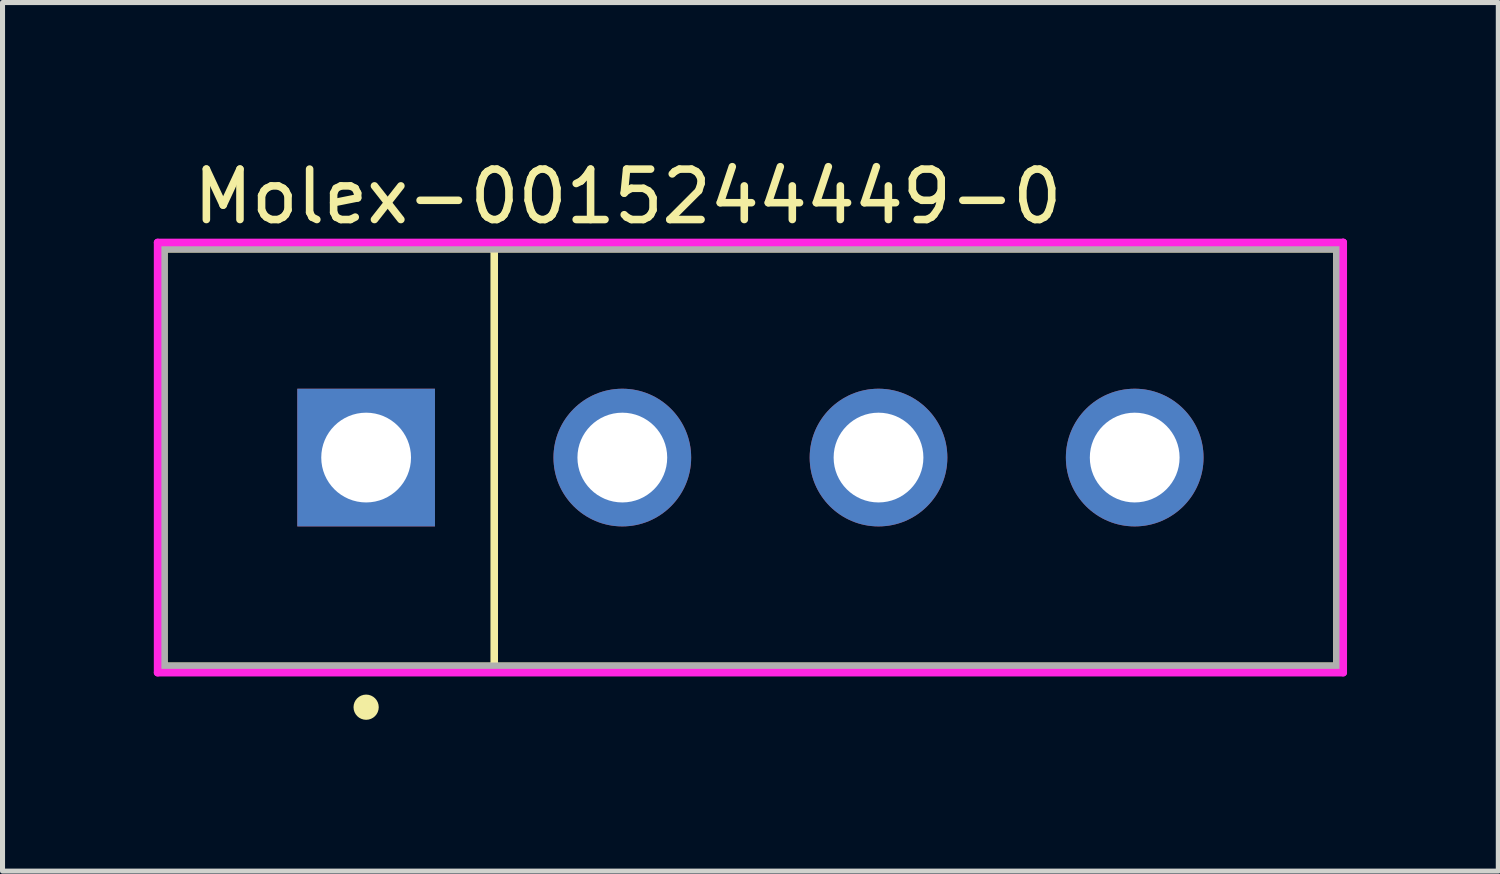
<source format=kicad_pcb>
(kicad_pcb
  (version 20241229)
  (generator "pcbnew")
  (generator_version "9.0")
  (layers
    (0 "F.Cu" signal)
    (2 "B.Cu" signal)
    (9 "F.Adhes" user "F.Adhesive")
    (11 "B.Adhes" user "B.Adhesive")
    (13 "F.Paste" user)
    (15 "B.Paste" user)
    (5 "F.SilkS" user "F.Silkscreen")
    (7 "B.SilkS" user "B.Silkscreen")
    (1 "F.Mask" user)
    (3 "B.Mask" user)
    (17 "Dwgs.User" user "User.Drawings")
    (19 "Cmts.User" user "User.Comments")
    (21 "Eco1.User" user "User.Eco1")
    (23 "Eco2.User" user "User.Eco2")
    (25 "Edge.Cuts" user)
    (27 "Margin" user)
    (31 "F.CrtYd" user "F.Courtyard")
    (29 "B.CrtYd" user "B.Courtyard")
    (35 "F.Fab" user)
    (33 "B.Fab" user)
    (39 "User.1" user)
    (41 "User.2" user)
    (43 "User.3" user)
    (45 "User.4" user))
  (footprint "Molex-0015244449-0"
    (layer "F.Cu")
    (at 11.83 6.023)
    (property "Reference" "Molex-0015244449-0" (at -11.125 -5.175 0) (layer "F.SilkS") (effects (font (size 1 1) (thickness 0.15)) (justify left)))
    (attr through_hole)
    (fp_line (start -11.63 -4.14) (end 11.63 -4.14) (stroke (width 0.15) (type solid)) (layer "F.SilkS"))
    (fp_line (start -11.63 4.14) (end -11.63 -4.14) (stroke (width 0.15) (type solid)) (layer "F.SilkS"))
    (fp_line (start -5.08 -4.14) (end -5.08 4.14) (stroke (width 0.15) (type solid)) (layer "F.SilkS"))
    (fp_line (start 11.63 -4.14) (end 11.63 4.14) (stroke (width 0.15) (type solid)) (layer "F.SilkS"))
    (fp_line (start 11.63 4.14) (end -11.63 4.14) (stroke (width 0.15) (type solid)) (layer "F.SilkS"))
    (fp_circle (center -7.62 4.95) (end -7.495 4.95) (stroke (width 0.25) (type solid)) (fill no) (layer "F.SilkS"))
    (fp_line (start -11.755 -4.265) (end -11.755 4.265) (stroke (width 0.15) (type solid)) (layer "F.CrtYd"))
    (fp_line (start -11.755 4.265) (end 11.755 4.265) (stroke (width 0.15) (type solid)) (layer "F.CrtYd"))
    (fp_line (start 11.755 -4.265) (end -11.755 -4.265) (stroke (width 0.15) (type solid)) (layer "F.CrtYd"))
    (fp_line (start 11.755 -4.265) (end 11.755 -4.265) (stroke (width 0.15) (type solid)) (layer "F.CrtYd"))
    (fp_line (start 11.755 4.265) (end 11.755 -4.265) (stroke (width 0.15) (type solid)) (layer "F.CrtYd"))
    (fp_line (start -11.63 -4.14) (end 11.63 -4.14) (stroke (width 0.15) (type solid)) (layer "F.Fab"))
    (fp_line (start -11.63 4.14) (end -11.63 -4.14) (stroke (width 0.15) (type solid)) (layer "F.Fab"))
    (fp_line (start 11.63 -4.14) (end 11.63 4.14) (stroke (width 0.15) (type solid)) (layer "F.Fab"))
    (fp_line (start 11.63 4.14) (end -11.63 4.14) (stroke (width 0.15) (type solid)) (layer "F.Fab"))
    (pad "1" thru_hole rect (at -7.62 0) (size 2.73 2.73) (drill 1.78) (layers "*.Cu"))
    (pad "2" thru_hole circle (at -2.54 0) (size 2.73 2.73) (drill 1.78) (layers "*.Cu"))
    (pad "3" thru_hole circle (at 2.54 0) (size 2.73 2.73) (drill 1.78) (layers "*.Cu"))
    (pad "4" thru_hole circle (at 7.62 0) (size 2.73 2.73) (drill 1.78) (layers "*.Cu")))
  (gr_rect
    (start -3 -3)
    (end 26.66 14.223)
    (stroke (width 0.1) (type default))
    (fill no)
    (layer "Edge.Cuts")))
</source>
